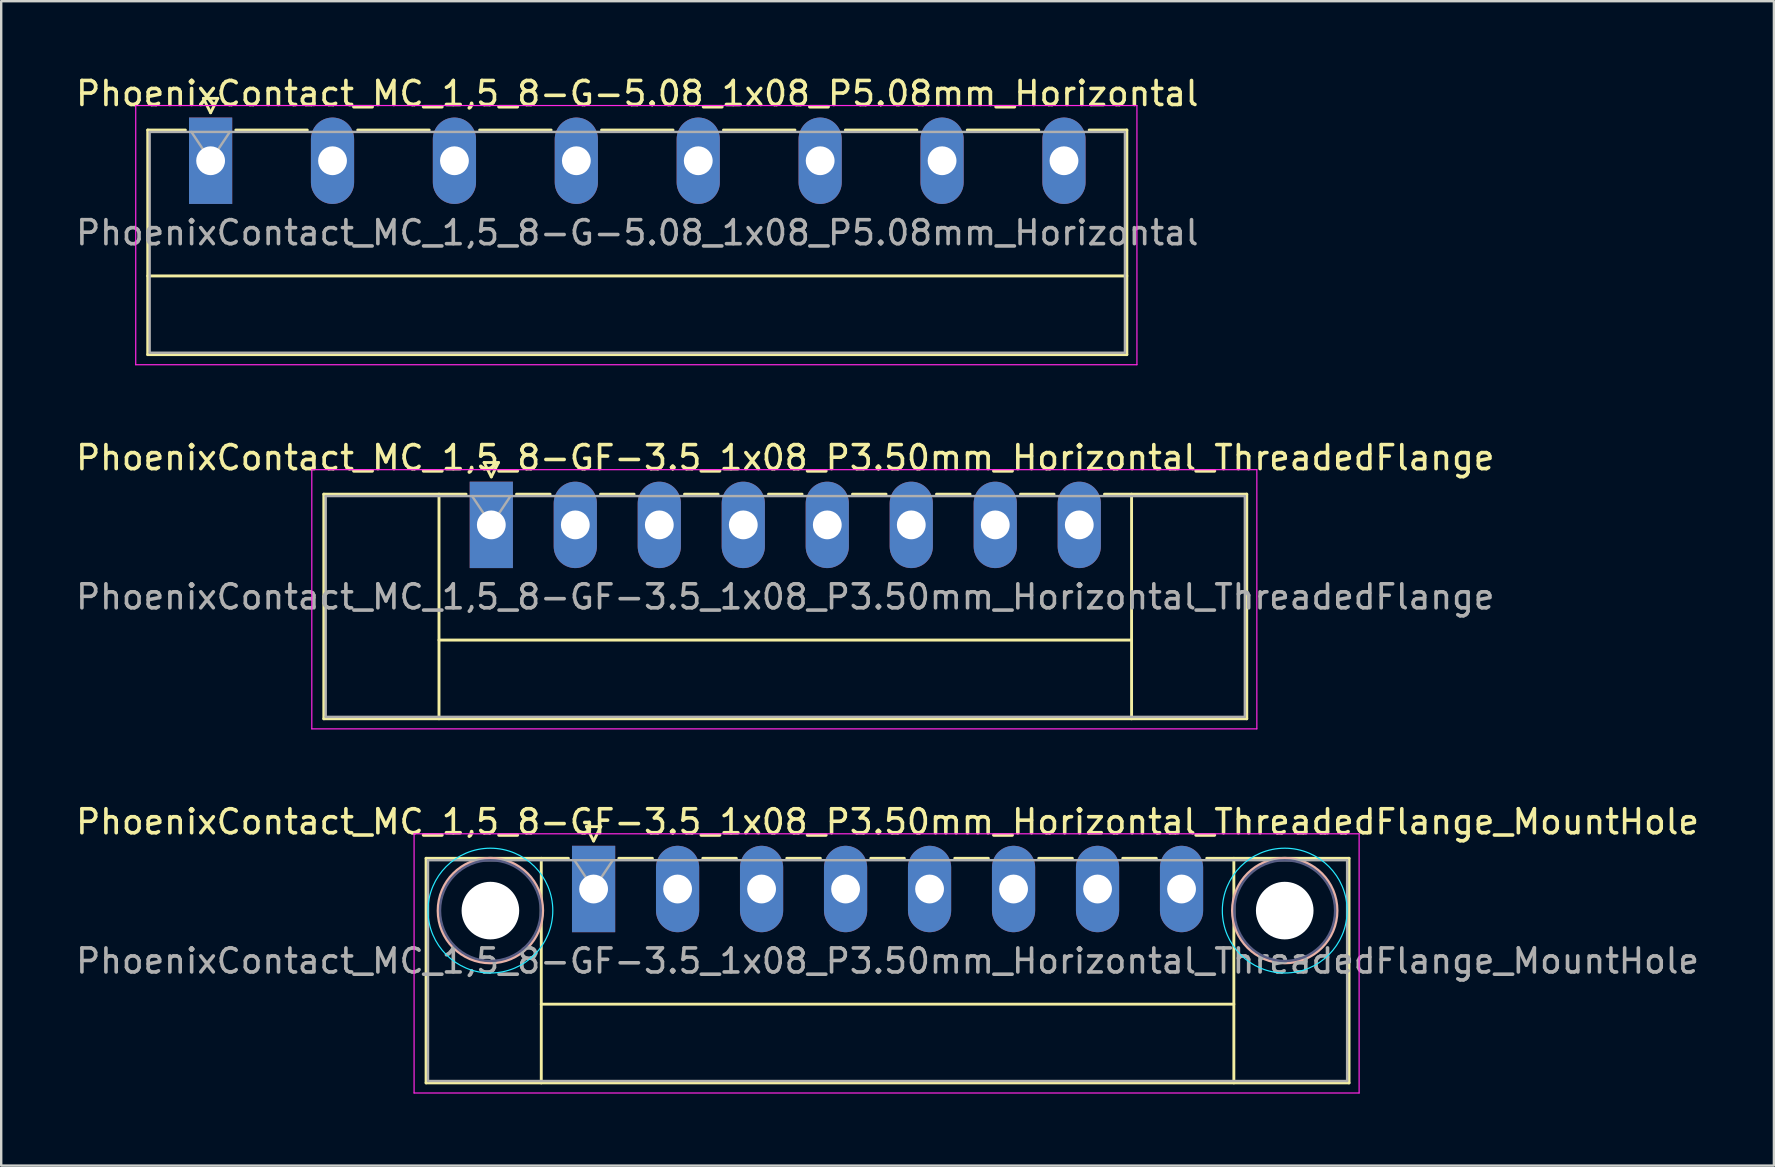
<source format=kicad_pcb>
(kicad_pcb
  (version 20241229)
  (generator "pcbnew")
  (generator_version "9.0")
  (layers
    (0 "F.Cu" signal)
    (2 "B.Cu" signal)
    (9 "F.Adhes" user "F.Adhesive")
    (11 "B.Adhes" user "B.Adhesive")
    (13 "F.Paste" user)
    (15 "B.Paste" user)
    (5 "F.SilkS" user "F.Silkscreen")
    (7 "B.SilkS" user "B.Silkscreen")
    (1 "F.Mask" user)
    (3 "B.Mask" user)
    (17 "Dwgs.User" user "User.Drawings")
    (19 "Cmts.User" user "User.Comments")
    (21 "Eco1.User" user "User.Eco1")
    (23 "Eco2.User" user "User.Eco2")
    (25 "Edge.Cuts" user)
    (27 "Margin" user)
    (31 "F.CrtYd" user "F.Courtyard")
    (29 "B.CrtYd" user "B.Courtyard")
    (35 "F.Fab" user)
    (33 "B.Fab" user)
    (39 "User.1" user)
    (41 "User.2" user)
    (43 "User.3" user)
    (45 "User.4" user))
  (footprint "PhoenixContact_MC_1,5_8-GF-3.5_1x08_P3.50mm_Horizontal_ThreadedFlange"
    (layer "F.Cu")
    (at 17.423 18.822)
    (property "Reference" "PhoenixContact_MC_1,5_8-GF-3.5_1x08_P3.50mm_Horizontal_ThreadedFlange" (at 12.25 -2.8 0) (layer "F.SilkS") (effects (font (size 1 1) (thickness 0.15))))
    (attr through_hole)
    (fp_line (start -6.98 -1.28) (end -6.98 8.08) (stroke (width 0.12) (type solid)) (layer "F.SilkS"))
    (fp_line (start -6.98 -1.28) (end -1.05 -1.28) (stroke (width 0.12) (type solid)) (layer "F.SilkS"))
    (fp_line (start -6.98 8.08) (end 31.48 8.08) (stroke (width 0.12) (type solid)) (layer "F.SilkS"))
    (fp_line (start -2.18 -1.28) (end -2.18 8.08) (stroke (width 0.12) (type solid)) (layer "F.SilkS"))
    (fp_line (start -2.18 4.8) (end 26.68 4.8) (stroke (width 0.12) (type solid)) (layer "F.SilkS"))
    (fp_line (start -0.3 -2.6) (end 0.3 -2.6) (stroke (width 0.12) (type solid)) (layer "F.SilkS"))
    (fp_line (start 0 -2) (end -0.3 -2.6) (stroke (width 0.12) (type solid)) (layer "F.SilkS"))
    (fp_line (start 0.3 -2.6) (end 0 -2) (stroke (width 0.12) (type solid)) (layer "F.SilkS"))
    (fp_line (start 1.05 -1.28) (end 2.45 -1.28) (stroke (width 0.12) (type solid)) (layer "F.SilkS"))
    (fp_line (start 4.55 -1.28) (end 5.95 -1.28) (stroke (width 0.12) (type solid)) (layer "F.SilkS"))
    (fp_line (start 8.05 -1.28) (end 9.45 -1.28) (stroke (width 0.12) (type solid)) (layer "F.SilkS"))
    (fp_line (start 11.55 -1.28) (end 12.95 -1.28) (stroke (width 0.12) (type solid)) (layer "F.SilkS"))
    (fp_line (start 15.05 -1.28) (end 16.45 -1.28) (stroke (width 0.12) (type solid)) (layer "F.SilkS"))
    (fp_line (start 18.55 -1.28) (end 19.95 -1.28) (stroke (width 0.12) (type solid)) (layer "F.SilkS"))
    (fp_line (start 22.05 -1.28) (end 23.45 -1.28) (stroke (width 0.12) (type solid)) (layer "F.SilkS"))
    (fp_line (start 26.68 -1.28) (end 26.68 8.08) (stroke (width 0.12) (type solid)) (layer "F.SilkS"))
    (fp_line (start 31.48 -1.28) (end 25.55 -1.28) (stroke (width 0.12) (type solid)) (layer "F.SilkS"))
    (fp_line (start 31.48 8.08) (end 31.48 -1.28) (stroke (width 0.12) (type solid)) (layer "F.SilkS"))
    (fp_line (start -7.48 -2.3) (end -7.48 8.5) (stroke (width 0.05) (type solid)) (layer "F.CrtYd"))
    (fp_line (start -7.48 8.5) (end 31.9 8.5) (stroke (width 0.05) (type solid)) (layer "F.CrtYd"))
    (fp_line (start 31.9 -2.3) (end -7.48 -2.3) (stroke (width 0.05) (type solid)) (layer "F.CrtYd"))
    (fp_line (start 31.9 8.5) (end 31.9 -2.3) (stroke (width 0.05) (type solid)) (layer "F.CrtYd"))
    (fp_line (start -6.9 -1.2) (end -6.9 8) (stroke (width 0.1) (type solid)) (layer "F.Fab"))
    (fp_line (start -6.9 8) (end 31.4 8) (stroke (width 0.1) (type solid)) (layer "F.Fab"))
    (fp_line (start 0 0) (end -0.8 -1.2) (stroke (width 0.1) (type solid)) (layer "F.Fab"))
    (fp_line (start 0.8 -1.2) (end 0 0) (stroke (width 0.1) (type solid)) (layer "F.Fab"))
    (fp_line (start 31.4 -1.2) (end -6.9 -1.2) (stroke (width 0.1) (type solid)) (layer "F.Fab"))
    (fp_line (start 31.4 8) (end 31.4 -1.2) (stroke (width 0.1) (type solid)) (layer "F.Fab"))
    (fp_text user "${REFERENCE}" (at 12.25 3 0) (layer "F.Fab") (effects (font (size 1 1) (thickness 0.15))))
    (pad "1" thru_hole rect (at 0 0) (size 1.8 3.6) (drill 1.2) (layers "*.Cu" "*.Mask"))
    (pad "2" thru_hole oval (at 3.5 0) (size 1.8 3.6) (drill 1.2) (layers "*.Cu" "*.Mask"))
    (pad "3" thru_hole oval (at 7 0) (size 1.8 3.6) (drill 1.2) (layers "*.Cu" "*.Mask"))
    (pad "4" thru_hole oval (at 10.5 0) (size 1.8 3.6) (drill 1.2) (layers "*.Cu" "*.Mask"))
    (pad "5" thru_hole oval (at 14 0) (size 1.8 3.6) (drill 1.2) (layers "*.Cu" "*.Mask"))
    (pad "6" thru_hole oval (at 17.5 0) (size 1.8 3.6) (drill 1.2) (layers "*.Cu" "*.Mask"))
    (pad "7" thru_hole oval (at 21 0) (size 1.8 3.6) (drill 1.2) (layers "*.Cu" "*.Mask"))
    (pad "8" thru_hole oval (at 24.5 0) (size 1.8 3.6) (drill 1.2) (layers "*.Cu" "*.Mask")))
  (footprint "PhoenixContact_MC_1,5_8-GF-3.5_1x08_P3.50mm_Horizontal_ThreadedFlange_MountHole"
    (layer "F.Cu")
    (at 21.685 33.995)
    (property "Reference" "PhoenixContact_MC_1,5_8-GF-3.5_1x08_P3.50mm_Horizontal_ThreadedFlange_MountHole" (at 12.25 -2.8 0) (layer "F.SilkS") (effects (font (size 1 1) (thickness 0.15))))
    (attr through_hole)
    (fp_line (start -6.98 -1.28) (end -6.98 8.08) (stroke (width 0.12) (type solid)) (layer "F.SilkS"))
    (fp_line (start -6.98 -1.28) (end -1.05 -1.28) (stroke (width 0.12) (type solid)) (layer "F.SilkS"))
    (fp_line (start -6.98 8.08) (end 31.48 8.08) (stroke (width 0.12) (type solid)) (layer "F.SilkS"))
    (fp_line (start -2.18 -1.28) (end -2.18 8.08) (stroke (width 0.12) (type solid)) (layer "F.SilkS"))
    (fp_line (start -2.18 4.8) (end 26.68 4.8) (stroke (width 0.12) (type solid)) (layer "F.SilkS"))
    (fp_line (start -0.3 -2.6) (end 0.3 -2.6) (stroke (width 0.12) (type solid)) (layer "F.SilkS"))
    (fp_line (start 0 -2) (end -0.3 -2.6) (stroke (width 0.12) (type solid)) (layer "F.SilkS"))
    (fp_line (start 0.3 -2.6) (end 0 -2) (stroke (width 0.12) (type solid)) (layer "F.SilkS"))
    (fp_line (start 1.05 -1.28) (end 2.45 -1.28) (stroke (width 0.12) (type solid)) (layer "F.SilkS"))
    (fp_line (start 4.55 -1.28) (end 5.95 -1.28) (stroke (width 0.12) (type solid)) (layer "F.SilkS"))
    (fp_line (start 8.05 -1.28) (end 9.45 -1.28) (stroke (width 0.12) (type solid)) (layer "F.SilkS"))
    (fp_line (start 11.55 -1.28) (end 12.95 -1.28) (stroke (width 0.12) (type solid)) (layer "F.SilkS"))
    (fp_line (start 15.05 -1.28) (end 16.45 -1.28) (stroke (width 0.12) (type solid)) (layer "F.SilkS"))
    (fp_line (start 18.55 -1.28) (end 19.95 -1.28) (stroke (width 0.12) (type solid)) (layer "F.SilkS"))
    (fp_line (start 22.05 -1.28) (end 23.45 -1.28) (stroke (width 0.12) (type solid)) (layer "F.SilkS"))
    (fp_line (start 26.68 -1.28) (end 26.68 8.08) (stroke (width 0.12) (type solid)) (layer "F.SilkS"))
    (fp_line (start 31.48 -1.28) (end 25.55 -1.28) (stroke (width 0.12) (type solid)) (layer "F.SilkS"))
    (fp_line (start 31.48 8.08) (end 31.48 -1.28) (stroke (width 0.12) (type solid)) (layer "F.SilkS"))
    (fp_circle (center -4.3 0.9) (end -2.12 0.9) (stroke (width 0.12) (type solid)) (fill no) (layer "B.SilkS"))
    (fp_circle (center 28.8 0.9) (end 30.98 0.9) (stroke (width 0.12) (type solid)) (fill no) (layer "B.SilkS"))
    (fp_circle (center -4.3 0.9) (end -1.7 0.9) (stroke (width 0.05) (type solid)) (fill no) (layer "B.CrtYd"))
    (fp_circle (center 28.8 0.9) (end 31.4 0.9) (stroke (width 0.05) (type solid)) (fill no) (layer "B.CrtYd"))
    (fp_line (start -7.48 -2.3) (end -7.48 8.5) (stroke (width 0.05) (type solid)) (layer "F.CrtYd"))
    (fp_line (start -7.48 8.5) (end 31.9 8.5) (stroke (width 0.05) (type solid)) (layer "F.CrtYd"))
    (fp_line (start 31.9 -2.3) (end -7.48 -2.3) (stroke (width 0.05) (type solid)) (layer "F.CrtYd"))
    (fp_line (start 31.9 8.5) (end 31.9 -2.3) (stroke (width 0.05) (type solid)) (layer "F.CrtYd"))
    (fp_circle (center -4.3 0.9) (end -2.2 0.9) (stroke (width 0.1) (type solid)) (fill no) (layer "B.Fab"))
    (fp_circle (center 28.8 0.9) (end 30.9 0.9) (stroke (width 0.1) (type solid)) (fill no) (layer "B.Fab"))
    (fp_line (start -6.9 -1.2) (end -6.9 8) (stroke (width 0.1) (type solid)) (layer "F.Fab"))
    (fp_line (start -6.9 8) (end 31.4 8) (stroke (width 0.1) (type solid)) (layer "F.Fab"))
    (fp_line (start 0 0) (end -0.8 -1.2) (stroke (width 0.1) (type solid)) (layer "F.Fab"))
    (fp_line (start 0.8 -1.2) (end 0 0) (stroke (width 0.1) (type solid)) (layer "F.Fab"))
    (fp_line (start 31.4 -1.2) (end -6.9 -1.2) (stroke (width 0.1) (type solid)) (layer "F.Fab"))
    (fp_line (start 31.4 8) (end 31.4 -1.2) (stroke (width 0.1) (type solid)) (layer "F.Fab"))
    (fp_text user "${REFERENCE}" (at 12.25 3 0) (layer "F.Fab") (effects (font (size 1 1) (thickness 0.15))))
    (pad "" np_thru_hole circle (at -4.3 0.9) (size 2.4 2.4) (drill 2.4) (layers "*.Cu" "*.Mask"))
    (pad "" np_thru_hole circle (at 28.8 0.9) (size 2.4 2.4) (drill 2.4) (layers "*.Cu" "*.Mask"))
    (pad "1" thru_hole rect (at 0 0) (size 1.8 3.6) (drill 1.2) (layers "*.Cu" "*.Mask"))
    (pad "2" thru_hole oval (at 3.5 0) (size 1.8 3.6) (drill 1.2) (layers "*.Cu" "*.Mask"))
    (pad "3" thru_hole oval (at 7 0) (size 1.8 3.6) (drill 1.2) (layers "*.Cu" "*.Mask"))
    (pad "4" thru_hole oval (at 10.5 0) (size 1.8 3.6) (drill 1.2) (layers "*.Cu" "*.Mask"))
    (pad "5" thru_hole oval (at 14 0) (size 1.8 3.6) (drill 1.2) (layers "*.Cu" "*.Mask"))
    (pad "6" thru_hole oval (at 17.5 0) (size 1.8 3.6) (drill 1.2) (layers "*.Cu" "*.Mask"))
    (pad "7" thru_hole oval (at 21 0) (size 1.8 3.6) (drill 1.2) (layers "*.Cu" "*.Mask"))
    (pad "8" thru_hole oval (at 24.5 0) (size 1.8 3.6) (drill 1.2) (layers "*.Cu" "*.Mask")))
  (footprint "PhoenixContact_MC_1,5_8-G-5.08_1x08_P5.08mm_Horizontal"
    (layer "F.Cu")
    (at 5.726 3.648)
    (property "Reference" "PhoenixContact_MC_1,5_8-G-5.08_1x08_P5.08mm_Horizontal" (at 17.78 -2.8 0) (layer "F.SilkS") (effects (font (size 1 1) (thickness 0.15))))
    (attr through_hole)
    (fp_line (start -2.62 -1.28) (end -2.62 8.08) (stroke (width 0.12) (type solid)) (layer "F.SilkS"))
    (fp_line (start -2.62 -1.28) (end -1.05 -1.28) (stroke (width 0.12) (type solid)) (layer "F.SilkS"))
    (fp_line (start -2.62 4.8) (end 38.18 4.8) (stroke (width 0.12) (type solid)) (layer "F.SilkS"))
    (fp_line (start -2.62 8.08) (end 38.18 8.08) (stroke (width 0.12) (type solid)) (layer "F.SilkS"))
    (fp_line (start -0.3 -2.6) (end 0.3 -2.6) (stroke (width 0.12) (type solid)) (layer "F.SilkS"))
    (fp_line (start 0 -2) (end -0.3 -2.6) (stroke (width 0.12) (type solid)) (layer "F.SilkS"))
    (fp_line (start 0.3 -2.6) (end 0 -2) (stroke (width 0.12) (type solid)) (layer "F.SilkS"))
    (fp_line (start 1.05 -1.28) (end 4.03 -1.28) (stroke (width 0.12) (type solid)) (layer "F.SilkS"))
    (fp_line (start 6.13 -1.28) (end 9.11 -1.28) (stroke (width 0.12) (type solid)) (layer "F.SilkS"))
    (fp_line (start 11.21 -1.28) (end 14.19 -1.28) (stroke (width 0.12) (type solid)) (layer "F.SilkS"))
    (fp_line (start 16.29 -1.28) (end 19.27 -1.28) (stroke (width 0.12) (type solid)) (layer "F.SilkS"))
    (fp_line (start 21.37 -1.28) (end 24.35 -1.28) (stroke (width 0.12) (type solid)) (layer "F.SilkS"))
    (fp_line (start 26.45 -1.28) (end 29.43 -1.28) (stroke (width 0.12) (type solid)) (layer "F.SilkS"))
    (fp_line (start 31.53 -1.28) (end 34.51 -1.28) (stroke (width 0.12) (type solid)) (layer "F.SilkS"))
    (fp_line (start 38.18 -1.28) (end 36.61 -1.28) (stroke (width 0.12) (type solid)) (layer "F.SilkS"))
    (fp_line (start 38.18 8.08) (end 38.18 -1.28) (stroke (width 0.12) (type solid)) (layer "F.SilkS"))
    (fp_line (start -3.12 -2.3) (end -3.12 8.5) (stroke (width 0.05) (type solid)) (layer "F.CrtYd"))
    (fp_line (start -3.12 8.5) (end 38.6 8.5) (stroke (width 0.05) (type solid)) (layer "F.CrtYd"))
    (fp_line (start 38.6 -2.3) (end -3.12 -2.3) (stroke (width 0.05) (type solid)) (layer "F.CrtYd"))
    (fp_line (start 38.6 8.5) (end 38.6 -2.3) (stroke (width 0.05) (type solid)) (layer "F.CrtYd"))
    (fp_line (start -2.54 -1.2) (end -2.54 8) (stroke (width 0.1) (type solid)) (layer "F.Fab"))
    (fp_line (start -2.54 8) (end 38.1 8) (stroke (width 0.1) (type solid)) (layer "F.Fab"))
    (fp_line (start 0 0) (end -0.8 -1.2) (stroke (width 0.1) (type solid)) (layer "F.Fab"))
    (fp_line (start 0.8 -1.2) (end 0 0) (stroke (width 0.1) (type solid)) (layer "F.Fab"))
    (fp_line (start 38.1 -1.2) (end -2.54 -1.2) (stroke (width 0.1) (type solid)) (layer "F.Fab"))
    (fp_line (start 38.1 8) (end 38.1 -1.2) (stroke (width 0.1) (type solid)) (layer "F.Fab"))
    (fp_text user "${REFERENCE}" (at 17.78 3 0) (layer "F.Fab") (effects (font (size 1 1) (thickness 0.15))))
    (pad "1" thru_hole rect (at 0 0) (size 1.8 3.6) (drill 1.2) (layers "*.Cu" "*.Mask"))
    (pad "2" thru_hole oval (at 5.08 0) (size 1.8 3.6) (drill 1.2) (layers "*.Cu" "*.Mask"))
    (pad "3" thru_hole oval (at 10.16 0) (size 1.8 3.6) (drill 1.2) (layers "*.Cu" "*.Mask"))
    (pad "4" thru_hole oval (at 15.24 0) (size 1.8 3.6) (drill 1.2) (layers "*.Cu" "*.Mask"))
    (pad "5" thru_hole oval (at 20.32 0) (size 1.8 3.6) (drill 1.2) (layers "*.Cu" "*.Mask"))
    (pad "6" thru_hole oval (at 25.4 0) (size 1.8 3.6) (drill 1.2) (layers "*.Cu" "*.Mask"))
    (pad "7" thru_hole oval (at 30.48 0) (size 1.8 3.6) (drill 1.2) (layers "*.Cu" "*.Mask"))
    (pad "8" thru_hole oval (at 35.56 0) (size 1.8 3.6) (drill 1.2) (layers "*.Cu" "*.Mask")))
  (gr_rect
    (start -3 -3)
    (end 70.869 45.52)
    (stroke (width 0.1) (type default))
    (fill no)
    (layer "Edge.Cuts")))
</source>
